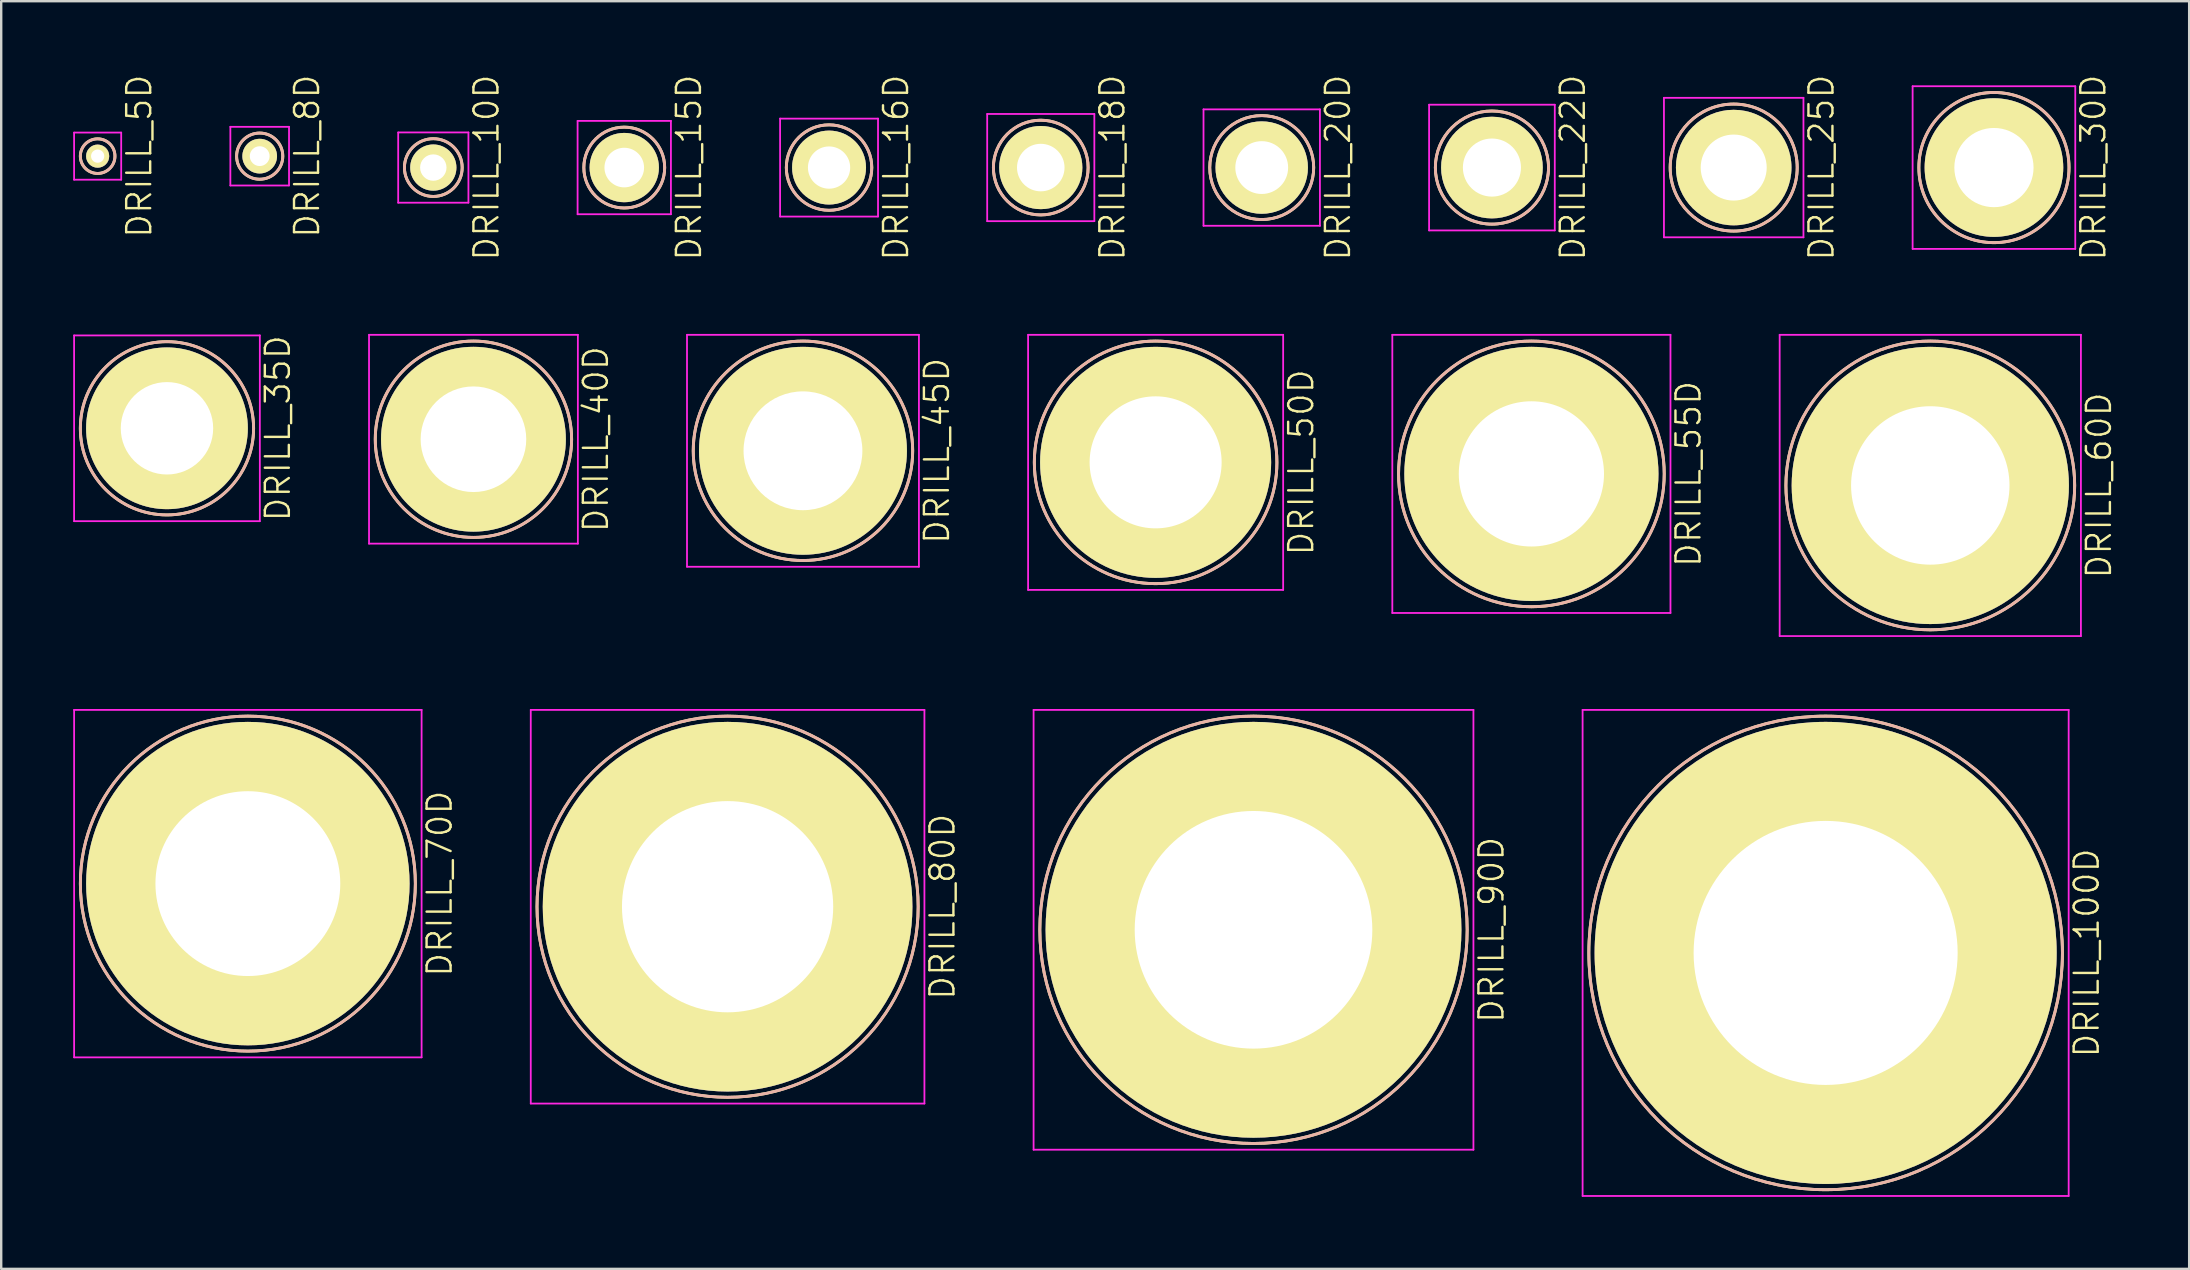
<source format=kicad_pcb>
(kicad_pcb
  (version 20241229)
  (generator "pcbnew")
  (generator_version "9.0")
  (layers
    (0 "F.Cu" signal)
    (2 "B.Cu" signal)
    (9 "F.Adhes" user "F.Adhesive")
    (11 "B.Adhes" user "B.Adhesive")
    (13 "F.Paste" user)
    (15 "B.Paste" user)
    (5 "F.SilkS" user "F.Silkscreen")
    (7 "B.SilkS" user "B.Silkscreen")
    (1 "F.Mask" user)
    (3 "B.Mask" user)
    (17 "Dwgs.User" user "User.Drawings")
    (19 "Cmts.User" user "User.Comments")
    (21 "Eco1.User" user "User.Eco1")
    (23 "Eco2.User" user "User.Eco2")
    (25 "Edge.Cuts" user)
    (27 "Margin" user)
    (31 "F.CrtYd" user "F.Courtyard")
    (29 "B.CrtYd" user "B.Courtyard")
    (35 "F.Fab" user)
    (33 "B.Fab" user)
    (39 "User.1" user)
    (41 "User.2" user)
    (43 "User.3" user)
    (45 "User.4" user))
  (footprint "DRILL_35D"
    (layer "F.Cu")
    (at 3.906 14.793)
    (property "Reference" "DRILL_35D" (at 4.619 0 90) (layer "F.SilkS") (effects (font (size 1 1) (thickness 0.1))))
    (attr through_hole)
    (fp_circle (center 0 0) (end 3.609 0) (stroke (width 0.12) (type solid)) (fill no) (layer "F.SilkS"))
    (fp_circle (center 0 0) (end 3.609 0) (stroke (width 0.12) (type solid)) (fill no) (layer "B.SilkS"))
    (fp_line (start -3.869 -3.869) (end -3.869 3.869) (stroke (width 0.075) (type solid)) (layer "F.CrtYd"))
    (fp_line (start -3.869 3.869) (end 3.869 3.869) (stroke (width 0.075) (type solid)) (layer "F.CrtYd"))
    (fp_line (start 3.869 -3.869) (end -3.869 -3.869) (stroke (width 0.075) (type solid)) (layer "F.CrtYd"))
    (fp_line (start 3.869 3.869) (end 3.869 -3.869) (stroke (width 0.075) (type solid)) (layer "F.CrtYd"))
    (pad "1" thru_hole oval (at 0 0) (size 6.738 6.738) (drill 3.85) (layers "*.Cu" "*.Mask" "F.SilkS")))
  (footprint "DRILL_18D"
    (layer "F.Cu")
    (at 40.309 3.931)
    (property "Reference" "DRILL_18D" (at 2.982 0 90) (layer "F.SilkS") (effects (font (size 1 1) (thickness 0.1))))
    (attr through_hole)
    (fp_circle (center 0 0) (end 1.973 0) (stroke (width 0.12) (type solid)) (fill no) (layer "F.SilkS"))
    (fp_circle (center 0 0) (end 1.973 0) (stroke (width 0.12) (type solid)) (fill no) (layer "B.SilkS"))
    (fp_line (start -2.232 -2.232) (end -2.232 2.232) (stroke (width 0.075) (type solid)) (layer "F.CrtYd"))
    (fp_line (start -2.232 2.232) (end 2.232 2.232) (stroke (width 0.075) (type solid)) (layer "F.CrtYd"))
    (fp_line (start 2.232 -2.232) (end -2.232 -2.232) (stroke (width 0.075) (type solid)) (layer "F.CrtYd"))
    (fp_line (start 2.232 2.232) (end 2.232 -2.232) (stroke (width 0.075) (type solid)) (layer "F.CrtYd"))
    (pad "1" thru_hole oval (at 0 0) (size 3.465 3.465) (drill 1.98) (layers "*.Cu" "*.Mask" "F.SilkS")))
  (footprint "DRILL_16D"
    (layer "F.Cu")
    (at 31.489 3.931)
    (property "Reference" "DRILL_16D" (at 2.79 0 90) (layer "F.SilkS") (effects (font (size 1 1) (thickness 0.1))))
    (attr through_hole)
    (fp_circle (center 0 0) (end 1.78 0) (stroke (width 0.12) (type solid)) (fill no) (layer "F.SilkS"))
    (fp_circle (center 0 0) (end 1.78 0) (stroke (width 0.12) (type solid)) (fill no) (layer "B.SilkS"))
    (fp_line (start -2.04 -2.04) (end -2.04 2.04) (stroke (width 0.075) (type solid)) (layer "F.CrtYd"))
    (fp_line (start -2.04 2.04) (end 2.04 2.04) (stroke (width 0.075) (type solid)) (layer "F.CrtYd"))
    (fp_line (start 2.04 -2.04) (end -2.04 -2.04) (stroke (width 0.075) (type solid)) (layer "F.CrtYd"))
    (fp_line (start 2.04 2.04) (end 2.04 -2.04) (stroke (width 0.075) (type solid)) (layer "F.CrtYd"))
    (pad "1" thru_hole oval (at 0 0) (size 3.08 3.08) (drill 1.76) (layers "*.Cu" "*.Mask" "F.SilkS")))
  (footprint "DRILL_55D"
    (layer "F.Cu")
    (at 60.749 16.693)
    (property "Reference" "DRILL_55D" (at 6.544 0 90) (layer "F.SilkS") (effects (font (size 1 1) (thickness 0.1))))
    (attr through_hole)
    (fp_circle (center 0 0) (end 5.534 0) (stroke (width 0.12) (type solid)) (fill no) (layer "F.SilkS"))
    (fp_circle (center 0 0) (end 5.534 0) (stroke (width 0.12) (type solid)) (fill no) (layer "B.SilkS"))
    (fp_line (start -5.794 -5.794) (end -5.794 5.794) (stroke (width 0.075) (type solid)) (layer "F.CrtYd"))
    (fp_line (start -5.794 5.794) (end 5.794 5.794) (stroke (width 0.075) (type solid)) (layer "F.CrtYd"))
    (fp_line (start 5.794 -5.794) (end -5.794 -5.794) (stroke (width 0.075) (type solid)) (layer "F.CrtYd"))
    (fp_line (start 5.794 5.794) (end 5.794 -5.794) (stroke (width 0.075) (type solid)) (layer "F.CrtYd"))
    (pad "1" thru_hole oval (at 0 0) (size 10.588 10.588) (drill 6.05) (layers "*.Cu" "*.Mask" "F.SilkS")))
  (footprint "DRILL_45D"
    (layer "F.Cu")
    (at 30.402 15.73)
    (property "Reference" "DRILL_45D" (at 5.581 0 90) (layer "F.SilkS") (effects (font (size 1 1) (thickness 0.1))))
    (attr through_hole)
    (fp_circle (center 0 0) (end 4.571 0) (stroke (width 0.12) (type solid)) (fill no) (layer "F.SilkS"))
    (fp_circle (center 0 0) (end 4.571 0) (stroke (width 0.12) (type solid)) (fill no) (layer "B.SilkS"))
    (fp_line (start -4.831 -4.831) (end -4.831 4.831) (stroke (width 0.075) (type solid)) (layer "F.CrtYd"))
    (fp_line (start -4.831 4.831) (end 4.831 4.831) (stroke (width 0.075) (type solid)) (layer "F.CrtYd"))
    (fp_line (start 4.831 -4.831) (end -4.831 -4.831) (stroke (width 0.075) (type solid)) (layer "F.CrtYd"))
    (fp_line (start 4.831 4.831) (end 4.831 -4.831) (stroke (width 0.075) (type solid)) (layer "F.CrtYd"))
    (pad "1" thru_hole oval (at 0 0) (size 8.662 8.662) (drill 4.95) (layers "*.Cu" "*.Mask" "F.SilkS")))
  (footprint "DRILL_40D"
    (layer "F.Cu")
    (at 16.674 15.249)
    (property "Reference" "DRILL_40D" (at 5.1 0 90) (layer "F.SilkS") (effects (font (size 1 1) (thickness 0.1))))
    (attr through_hole)
    (fp_circle (center 0 0) (end 4.09 0) (stroke (width 0.12) (type solid)) (fill no) (layer "F.SilkS"))
    (fp_circle (center 0 0) (end 4.09 0) (stroke (width 0.12) (type solid)) (fill no) (layer "B.SilkS"))
    (fp_line (start -4.35 -4.35) (end -4.35 4.35) (stroke (width 0.075) (type solid)) (layer "F.CrtYd"))
    (fp_line (start -4.35 4.35) (end 4.35 4.35) (stroke (width 0.075) (type solid)) (layer "F.CrtYd"))
    (fp_line (start 4.35 -4.35) (end -4.35 -4.35) (stroke (width 0.075) (type solid)) (layer "F.CrtYd"))
    (fp_line (start 4.35 4.35) (end 4.35 -4.35) (stroke (width 0.075) (type solid)) (layer "F.CrtYd"))
    (pad "1" thru_hole oval (at 0 0) (size 7.7 7.7) (drill 4.4) (layers "*.Cu" "*.Mask" "F.SilkS")))
  (footprint "DRILL_70D"
    (layer "F.Cu")
    (at 7.276 33.762)
    (property "Reference" "DRILL_70D" (at 7.988 0 90) (layer "F.SilkS") (effects (font (size 1 1) (thickness 0.1))))
    (attr through_hole)
    (fp_circle (center 0 0) (end 6.978 0) (stroke (width 0.12) (type solid)) (fill no) (layer "F.SilkS"))
    (fp_circle (center 0 0) (end 6.978 0) (stroke (width 0.12) (type solid)) (fill no) (layer "B.SilkS"))
    (fp_line (start -7.238 -7.238) (end -7.238 7.238) (stroke (width 0.075) (type solid)) (layer "F.CrtYd"))
    (fp_line (start -7.238 7.238) (end 7.238 7.238) (stroke (width 0.075) (type solid)) (layer "F.CrtYd"))
    (fp_line (start 7.238 -7.238) (end -7.238 -7.238) (stroke (width 0.075) (type solid)) (layer "F.CrtYd"))
    (fp_line (start 7.238 7.238) (end 7.238 -7.238) (stroke (width 0.075) (type solid)) (layer "F.CrtYd"))
    (pad "1" thru_hole oval (at 0 0) (size 13.475 13.475) (drill 7.7) (layers "*.Cu" "*.Mask" "F.SilkS")))
  (footprint "DRILL_80D"
    (layer "F.Cu")
    (at 27.262 34.724)
    (property "Reference" "DRILL_80D" (at 8.95 0 90) (layer "F.SilkS") (effects (font (size 1 1) (thickness 0.1))))
    (attr through_hole)
    (fp_circle (center 0 0) (end 7.94 0) (stroke (width 0.12) (type solid)) (fill no) (layer "F.SilkS"))
    (fp_circle (center 0 0) (end 7.94 0) (stroke (width 0.12) (type solid)) (fill no) (layer "B.SilkS"))
    (fp_line (start -8.2 -8.2) (end -8.2 8.2) (stroke (width 0.075) (type solid)) (layer "F.CrtYd"))
    (fp_line (start -8.2 8.2) (end 8.2 8.2) (stroke (width 0.075) (type solid)) (layer "F.CrtYd"))
    (fp_line (start 8.2 -8.2) (end -8.2 -8.2) (stroke (width 0.075) (type solid)) (layer "F.CrtYd"))
    (fp_line (start 8.2 8.2) (end 8.2 -8.2) (stroke (width 0.075) (type solid)) (layer "F.CrtYd"))
    (pad "1" thru_hole oval (at 0 0) (size 15.4 15.4) (drill 8.8) (layers "*.Cu" "*.Mask" "F.SilkS")))
  (footprint "DRILL_90D"
    (layer "F.Cu")
    (at 49.172 35.686)
    (property "Reference" "DRILL_90D" (at 9.912 0 90) (layer "F.SilkS") (effects (font (size 1 1) (thickness 0.1))))
    (attr through_hole)
    (fp_circle (center 0 0) (end 8.902 0) (stroke (width 0.12) (type solid)) (fill no) (layer "F.SilkS"))
    (fp_circle (center 0 0) (end 8.902 0) (stroke (width 0.12) (type solid)) (fill no) (layer "B.SilkS"))
    (fp_line (start -9.162 -9.162) (end -9.162 9.162) (stroke (width 0.075) (type solid)) (layer "F.CrtYd"))
    (fp_line (start -9.162 9.162) (end 9.162 9.162) (stroke (width 0.075) (type solid)) (layer "F.CrtYd"))
    (fp_line (start 9.162 -9.162) (end -9.162 -9.162) (stroke (width 0.075) (type solid)) (layer "F.CrtYd"))
    (fp_line (start 9.162 9.162) (end 9.162 -9.162) (stroke (width 0.075) (type solid)) (layer "F.CrtYd"))
    (pad "1" thru_hole oval (at 0 0) (size 17.325 17.325) (drill 9.9) (layers "*.Cu" "*.Mask" "F.SilkS")))
  (footprint "DRILL_30D"
    (layer "F.Cu")
    (at 80.019 3.931)
    (property "Reference" "DRILL_30D" (at 4.138 0 90) (layer "F.SilkS") (effects (font (size 1 1) (thickness 0.1))))
    (attr through_hole)
    (fp_circle (center 0 0) (end 3.128 0) (stroke (width 0.12) (type solid)) (fill no) (layer "F.SilkS"))
    (fp_circle (center 0 0) (end 3.128 0) (stroke (width 0.12) (type solid)) (fill no) (layer "B.SilkS"))
    (fp_line (start -3.388 -3.388) (end -3.388 3.388) (stroke (width 0.075) (type solid)) (layer "F.CrtYd"))
    (fp_line (start -3.388 3.388) (end 3.388 3.388) (stroke (width 0.075) (type solid)) (layer "F.CrtYd"))
    (fp_line (start 3.388 -3.388) (end -3.388 -3.388) (stroke (width 0.075) (type solid)) (layer "F.CrtYd"))
    (fp_line (start 3.388 3.388) (end 3.388 -3.388) (stroke (width 0.075) (type solid)) (layer "F.CrtYd"))
    (pad "1" thru_hole oval (at 0 0) (size 5.775 5.775) (drill 3.3) (layers "*.Cu" "*.Mask" "F.SilkS")))
  (footprint "DRILL_25D"
    (layer "F.Cu")
    (at 69.177 3.931)
    (property "Reference" "DRILL_25D" (at 3.656 0 90) (layer "F.SilkS") (effects (font (size 1 1) (thickness 0.1))))
    (attr through_hole)
    (fp_circle (center 0 0) (end 2.646 0) (stroke (width 0.12) (type solid)) (fill no) (layer "F.SilkS"))
    (fp_circle (center 0 0) (end 2.646 0) (stroke (width 0.12) (type solid)) (fill no) (layer "B.SilkS"))
    (fp_line (start -2.906 -2.906) (end -2.906 2.906) (stroke (width 0.075) (type solid)) (layer "F.CrtYd"))
    (fp_line (start -2.906 2.906) (end 2.906 2.906) (stroke (width 0.075) (type solid)) (layer "F.CrtYd"))
    (fp_line (start 2.906 -2.906) (end -2.906 -2.906) (stroke (width 0.075) (type solid)) (layer "F.CrtYd"))
    (fp_line (start 2.906 2.906) (end 2.906 -2.906) (stroke (width 0.075) (type solid)) (layer "F.CrtYd"))
    (pad "1" thru_hole oval (at 0 0) (size 4.813 4.813) (drill 2.75) (layers "*.Cu" "*.Mask" "F.SilkS")))
  (footprint "DRILL_60D"
    (layer "F.Cu")
    (at 77.367 17.174)
    (property "Reference" "DRILL_60D" (at 7.025 0 90) (layer "F.SilkS") (effects (font (size 1 1) (thickness 0.1))))
    (attr through_hole)
    (fp_circle (center 0 0) (end 6.015 0) (stroke (width 0.12) (type solid)) (fill no) (layer "F.SilkS"))
    (fp_circle (center 0 0) (end 6.015 0) (stroke (width 0.12) (type solid)) (fill no) (layer "B.SilkS"))
    (fp_line (start -6.275 -6.275) (end -6.275 6.275) (stroke (width 0.075) (type solid)) (layer "F.CrtYd"))
    (fp_line (start -6.275 6.275) (end 6.275 6.275) (stroke (width 0.075) (type solid)) (layer "F.CrtYd"))
    (fp_line (start 6.275 -6.275) (end -6.275 -6.275) (stroke (width 0.075) (type solid)) (layer "F.CrtYd"))
    (fp_line (start 6.275 6.275) (end 6.275 -6.275) (stroke (width 0.075) (type solid)) (layer "F.CrtYd"))
    (pad "1" thru_hole oval (at 0 0) (size 11.55 11.55) (drill 6.6) (layers "*.Cu" "*.Mask" "F.SilkS")))
  (footprint "DRILL_10D"
    (layer "F.Cu")
    (at 15.002 3.931)
    (property "Reference" "DRILL_10D" (at 2.213 0 90) (layer "F.SilkS") (effects (font (size 1 1) (thickness 0.1))))
    (attr through_hole)
    (fp_circle (center 0 0) (end 1.203 0) (stroke (width 0.12) (type solid)) (fill no) (layer "F.SilkS"))
    (fp_circle (center 0 0) (end 1.203 0) (stroke (width 0.12) (type solid)) (fill no) (layer "B.SilkS"))
    (fp_line (start -1.463 -1.463) (end -1.463 1.463) (stroke (width 0.075) (type solid)) (layer "F.CrtYd"))
    (fp_line (start -1.463 1.463) (end 1.463 1.463) (stroke (width 0.075) (type solid)) (layer "F.CrtYd"))
    (fp_line (start 1.463 -1.463) (end -1.463 -1.463) (stroke (width 0.075) (type solid)) (layer "F.CrtYd"))
    (fp_line (start 1.463 1.463) (end 1.463 -1.463) (stroke (width 0.075) (type solid)) (layer "F.CrtYd"))
    (pad "1" thru_hole oval (at 0 0) (size 1.925 1.925) (drill 1.1) (layers "*.Cu" "*.Mask" "F.SilkS")))
  (footprint "DRILL_22D"
    (layer "F.Cu")
    (at 59.105 3.931)
    (property "Reference" "DRILL_22D" (at 3.368 0 90) (layer "F.SilkS") (effects (font (size 1 1) (thickness 0.1))))
    (attr through_hole)
    (fp_circle (center 0 0) (end 2.357 0) (stroke (width 0.12) (type solid)) (fill no) (layer "F.SilkS"))
    (fp_circle (center 0 0) (end 2.357 0) (stroke (width 0.12) (type solid)) (fill no) (layer "B.SilkS"))
    (fp_line (start -2.618 -2.618) (end -2.618 2.618) (stroke (width 0.075) (type solid)) (layer "F.CrtYd"))
    (fp_line (start -2.618 2.618) (end 2.618 2.618) (stroke (width 0.075) (type solid)) (layer "F.CrtYd"))
    (fp_line (start 2.618 -2.618) (end -2.618 -2.618) (stroke (width 0.075) (type solid)) (layer "F.CrtYd"))
    (fp_line (start 2.618 2.618) (end 2.618 -2.618) (stroke (width 0.075) (type solid)) (layer "F.CrtYd"))
    (pad "1" thru_hole oval (at 0 0) (size 4.235 4.235) (drill 2.42) (layers "*.Cu" "*.Mask" "F.SilkS")))
  (footprint "DRILL_20D"
    (layer "F.Cu")
    (at 49.514 3.931)
    (property "Reference" "DRILL_20D" (at 3.175 0 90) (layer "F.SilkS") (effects (font (size 1 1) (thickness 0.1))))
    (attr through_hole)
    (fp_circle (center 0 0) (end 2.165 0) (stroke (width 0.12) (type solid)) (fill no) (layer "F.SilkS"))
    (fp_circle (center 0 0) (end 2.165 0) (stroke (width 0.12) (type solid)) (fill no) (layer "B.SilkS"))
    (fp_line (start -2.425 -2.425) (end -2.425 2.425) (stroke (width 0.075) (type solid)) (layer "F.CrtYd"))
    (fp_line (start -2.425 2.425) (end 2.425 2.425) (stroke (width 0.075) (type solid)) (layer "F.CrtYd"))
    (fp_line (start 2.425 -2.425) (end -2.425 -2.425) (stroke (width 0.075) (type solid)) (layer "F.CrtYd"))
    (fp_line (start 2.425 2.425) (end 2.425 -2.425) (stroke (width 0.075) (type solid)) (layer "F.CrtYd"))
    (pad "1" thru_hole oval (at 0 0) (size 3.85 3.85) (drill 2.2) (layers "*.Cu" "*.Mask" "F.SilkS")))
  (footprint "DRILL_100D"
    (layer "F.Cu")
    (at 73.007 36.649)
    (property "Reference" "DRILL_100D" (at 10.875 0 90) (layer "F.SilkS") (effects (font (size 1 1) (thickness 0.1))))
    (attr through_hole)
    (fp_circle (center 0 0) (end 9.865 0) (stroke (width 0.12) (type solid)) (fill no) (layer "F.SilkS"))
    (fp_circle (center 0 0) (end 9.865 0) (stroke (width 0.12) (type solid)) (fill no) (layer "B.SilkS"))
    (fp_line (start -10.125 -10.125) (end -10.125 10.125) (stroke (width 0.075) (type solid)) (layer "F.CrtYd"))
    (fp_line (start -10.125 10.125) (end 10.125 10.125) (stroke (width 0.075) (type solid)) (layer "F.CrtYd"))
    (fp_line (start 10.125 -10.125) (end -10.125 -10.125) (stroke (width 0.075) (type solid)) (layer "F.CrtYd"))
    (fp_line (start 10.125 10.125) (end 10.125 -10.125) (stroke (width 0.075) (type solid)) (layer "F.CrtYd"))
    (pad "1" thru_hole oval (at 0 0) (size 19.25 19.25) (drill 11) (layers "*.Cu" "*.Mask" "F.SilkS")))
  (footprint "DRILL_15D"
    (layer "F.Cu")
    (at 22.957 3.931)
    (property "Reference" "DRILL_15D" (at 2.694 0 90) (layer "F.SilkS") (effects (font (size 1 1) (thickness 0.1))))
    (attr through_hole)
    (fp_circle (center 0 0) (end 1.684 0) (stroke (width 0.12) (type solid)) (fill no) (layer "F.SilkS"))
    (fp_circle (center 0 0) (end 1.684 0) (stroke (width 0.12) (type solid)) (fill no) (layer "B.SilkS"))
    (fp_line (start -1.944 -1.944) (end -1.944 1.944) (stroke (width 0.075) (type solid)) (layer "F.CrtYd"))
    (fp_line (start -1.944 1.944) (end 1.944 1.944) (stroke (width 0.075) (type solid)) (layer "F.CrtYd"))
    (fp_line (start 1.944 -1.944) (end -1.944 -1.944) (stroke (width 0.075) (type solid)) (layer "F.CrtYd"))
    (fp_line (start 1.944 1.944) (end 1.944 -1.944) (stroke (width 0.075) (type solid)) (layer "F.CrtYd"))
    (pad "1" thru_hole oval (at 0 0) (size 2.888 2.888) (drill 1.65) (layers "*.Cu" "*.Mask" "F.SilkS")))
  (footprint "DRILL_8D"
    (layer "F.Cu")
    (at 7.769 3.455)
    (property "Reference" "DRILL_8D" (at 1.972 0 90) (layer "F.SilkS") (effects (font (size 1 1) (thickness 0.1))))
    (attr through_hole)
    (fp_circle (center 0 0) (end 0.962 0) (stroke (width 0.12) (type solid)) (fill no) (layer "F.SilkS"))
    (fp_circle (center 0 0) (end 0.962 0) (stroke (width 0.12) (type solid)) (fill no) (layer "B.SilkS"))
    (fp_line (start -1.222 -1.222) (end -1.222 1.222) (stroke (width 0.075) (type solid)) (layer "F.CrtYd"))
    (fp_line (start -1.222 1.222) (end 1.222 1.222) (stroke (width 0.075) (type solid)) (layer "F.CrtYd"))
    (fp_line (start 1.222 -1.222) (end -1.222 -1.222) (stroke (width 0.075) (type solid)) (layer "F.CrtYd"))
    (fp_line (start 1.222 1.222) (end 1.222 -1.222) (stroke (width 0.075) (type solid)) (layer "F.CrtYd"))
    (pad "1" thru_hole oval (at 0 0) (size 1.444 1.444) (drill 0.825) (layers "*.Cu" "*.Mask" "F.SilkS")))
  (footprint "DRILL_50D"
    (layer "F.Cu")
    (at 45.094 16.212)
    (property "Reference" "DRILL_50D" (at 6.063 0 90) (layer "F.SilkS") (effects (font (size 1 1) (thickness 0.1))))
    (attr through_hole)
    (fp_circle (center 0 0) (end 5.053 0) (stroke (width 0.12) (type solid)) (fill no) (layer "F.SilkS"))
    (fp_circle (center 0 0) (end 5.053 0) (stroke (width 0.12) (type solid)) (fill no) (layer "B.SilkS"))
    (fp_line (start -5.313 -5.313) (end -5.313 5.313) (stroke (width 0.075) (type solid)) (layer "F.CrtYd"))
    (fp_line (start -5.313 5.313) (end 5.313 5.313) (stroke (width 0.075) (type solid)) (layer "F.CrtYd"))
    (fp_line (start 5.313 -5.313) (end -5.313 -5.313) (stroke (width 0.075) (type solid)) (layer "F.CrtYd"))
    (fp_line (start 5.313 5.313) (end 5.313 -5.313) (stroke (width 0.075) (type solid)) (layer "F.CrtYd"))
    (pad "1" thru_hole oval (at 0 0) (size 9.625 9.625) (drill 5.5) (layers "*.Cu" "*.Mask" "F.SilkS")))
  (footprint "DRILL_5D"
    (layer "F.Cu")
    (at 1.018 3.455)
    (property "Reference" "DRILL_5D" (at 1.731 0 90) (layer "F.SilkS") (effects (font (size 1 1) (thickness 0.1))))
    (attr through_hole)
    (fp_circle (center 0 0) (end 0.721 0) (stroke (width 0.12) (type solid)) (fill no) (layer "F.SilkS"))
    (fp_circle (center 0 0) (end 0.721 0) (stroke (width 0.12) (type solid)) (fill no) (layer "B.SilkS"))
    (fp_line (start -0.981 -0.981) (end -0.981 0.981) (stroke (width 0.075) (type solid)) (layer "F.CrtYd"))
    (fp_line (start -0.981 0.981) (end 0.981 0.981) (stroke (width 0.075) (type solid)) (layer "F.CrtYd"))
    (fp_line (start 0.981 -0.981) (end -0.981 -0.981) (stroke (width 0.075) (type solid)) (layer "F.CrtYd"))
    (fp_line (start 0.981 0.981) (end 0.981 -0.981) (stroke (width 0.075) (type solid)) (layer "F.CrtYd"))
    (pad "1" thru_hole oval (at 0 0) (size 0.963 0.963) (drill 0.55) (layers "*.Cu" "*.Mask" "F.SilkS")))
  (gr_rect
    (start -3 -3)
    (end 88.152 49.812)
    (stroke (width 0.1) (type default))
    (fill no)
    (layer "Edge.Cuts")))
</source>
